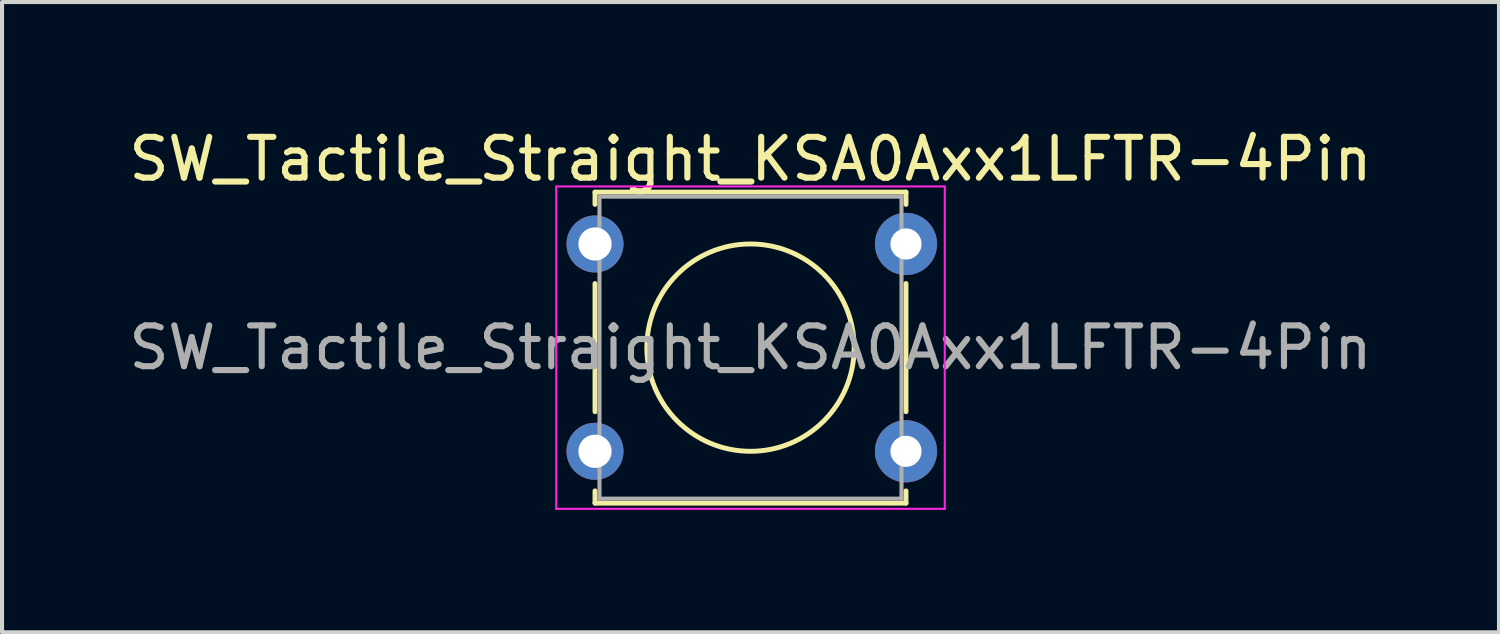
<source format=kicad_pcb>
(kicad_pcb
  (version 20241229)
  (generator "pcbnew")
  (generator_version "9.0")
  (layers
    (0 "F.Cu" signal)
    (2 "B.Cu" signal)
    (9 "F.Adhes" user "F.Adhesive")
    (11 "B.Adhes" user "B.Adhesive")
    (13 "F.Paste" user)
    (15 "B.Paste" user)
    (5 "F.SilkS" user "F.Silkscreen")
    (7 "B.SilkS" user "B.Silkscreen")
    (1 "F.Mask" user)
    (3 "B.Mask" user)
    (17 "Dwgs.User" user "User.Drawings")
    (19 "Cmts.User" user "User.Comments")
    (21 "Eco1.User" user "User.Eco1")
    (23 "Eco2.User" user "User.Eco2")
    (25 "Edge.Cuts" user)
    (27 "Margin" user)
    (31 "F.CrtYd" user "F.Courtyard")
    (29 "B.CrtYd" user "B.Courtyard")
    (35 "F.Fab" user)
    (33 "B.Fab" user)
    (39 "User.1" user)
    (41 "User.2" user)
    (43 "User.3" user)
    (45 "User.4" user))
  (footprint "SW_Tactile_Straight_KSA0Axx1LFTR-4Pin"
    (layer "F.Cu")
    (at 11.529 2.928)
    (property "Reference" "SW_Tactile_Straight_KSA0Axx1LFTR-4Pin" (at 3.81 -2.08 0) (layer "F.SilkS") (effects (font (size 1 1) (thickness 0.15))))
    (attr through_hole)
    (fp_line (start 0 -1.27) (end 0 -0.97) (stroke (width 0.12) (type solid)) (layer "F.SilkS"))
    (fp_line (start 0 -1.27) (end 7.62 -1.27) (stroke (width 0.12) (type solid)) (layer "F.SilkS"))
    (fp_line (start 0 0.97) (end 0 4.11) (stroke (width 0.12) (type solid)) (layer "F.SilkS"))
    (fp_line (start 0 6.05) (end 0 6.35) (stroke (width 0.12) (type solid)) (layer "F.SilkS"))
    (fp_line (start 7.62 -1.27) (end 7.62 -0.97) (stroke (width 0.12) (type solid)) (layer "F.SilkS"))
    (fp_line (start 7.62 0.97) (end 7.62 4.11) (stroke (width 0.12) (type solid)) (layer "F.SilkS"))
    (fp_line (start 7.62 6.05) (end 7.62 6.35) (stroke (width 0.12) (type solid)) (layer "F.SilkS"))
    (fp_line (start 7.62 6.35) (end 0 6.35) (stroke (width 0.12) (type solid)) (layer "F.SilkS"))
    (fp_circle (center 3.81 2.54) (end 3.81 0) (stroke (width 0.12) (type solid)) (fill no) (layer "F.SilkS"))
    (fp_line (start -0.95 -1.41) (end -0.95 6.49) (stroke (width 0.05) (type solid)) (layer "F.CrtYd"))
    (fp_line (start -0.95 -1.41) (end 8.57 -1.41) (stroke (width 0.05) (type solid)) (layer "F.CrtYd"))
    (fp_line (start 8.57 6.49) (end -0.95 6.49) (stroke (width 0.05) (type solid)) (layer "F.CrtYd"))
    (fp_line (start 8.57 6.49) (end 8.57 -1.41) (stroke (width 0.05) (type solid)) (layer "F.CrtYd"))
    (fp_line (start 0.11 -1.16) (end 7.51 -1.16) (stroke (width 0.1) (type solid)) (layer "F.Fab"))
    (fp_line (start 0.11 6.24) (end 0.11 -1.16) (stroke (width 0.1) (type solid)) (layer "F.Fab"))
    (fp_line (start 7.51 -1.16) (end 7.51 6.24) (stroke (width 0.1) (type solid)) (layer "F.Fab"))
    (fp_line (start 7.51 6.24) (end 0.11 6.24) (stroke (width 0.1) (type solid)) (layer "F.Fab"))
    (fp_text user "${REFERENCE}" (at 3.81 2.54 0) (layer "F.Fab") (effects (font (size 1 1) (thickness 0.15))))
    (pad "1" thru_hole circle (at 0 0) (size 1.397 1.397) (drill 0.813) (layers "*.Cu" "*.Mask"))
    (pad "2" thru_hole circle (at 0 5.08) (size 1.397 1.397) (drill 0.813) (layers "*.Cu" "*.Mask"))
    (pad "3" thru_hole circle (at 7.62 0) (size 1.524 1.524) (drill 0.762) (layers "*.Cu" "*.Mask"))
    (pad "4" thru_hole circle (at 7.62 5.08) (size 1.524 1.524) (drill 0.762) (layers "*.Cu" "*.Mask")))
  (gr_rect
    (start -3 -3)
    (end 33.679 12.443)
    (stroke (width 0.1) (type default))
    (fill no)
    (layer "Edge.Cuts")))
</source>
